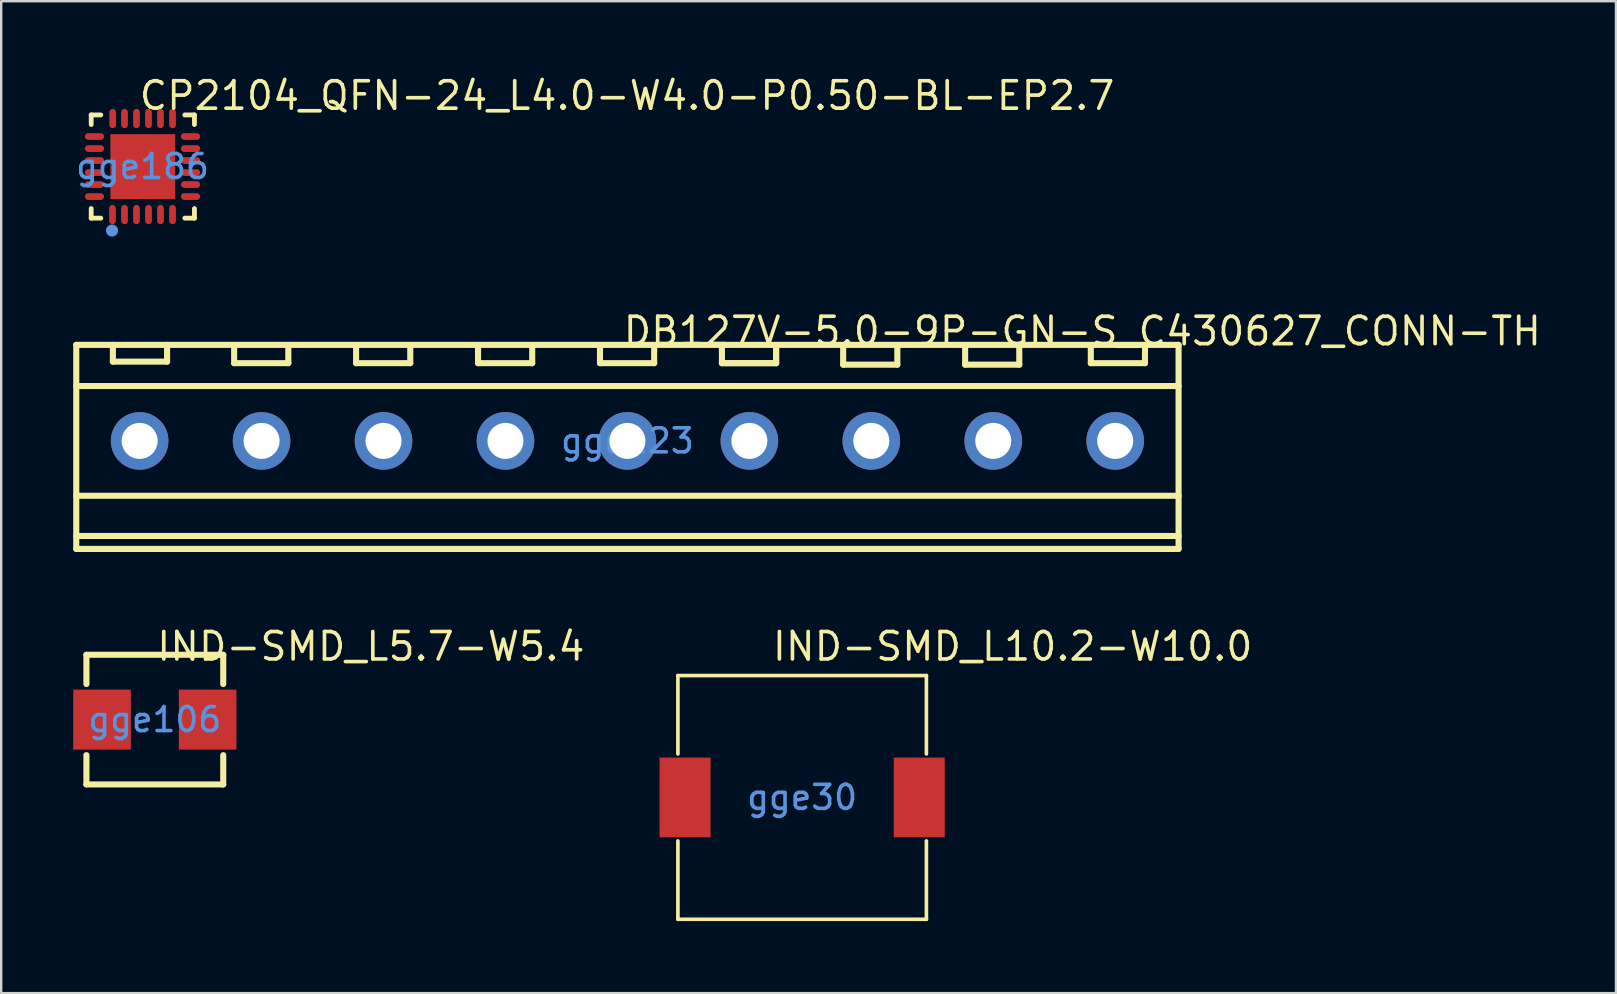
<source format=kicad_pcb>
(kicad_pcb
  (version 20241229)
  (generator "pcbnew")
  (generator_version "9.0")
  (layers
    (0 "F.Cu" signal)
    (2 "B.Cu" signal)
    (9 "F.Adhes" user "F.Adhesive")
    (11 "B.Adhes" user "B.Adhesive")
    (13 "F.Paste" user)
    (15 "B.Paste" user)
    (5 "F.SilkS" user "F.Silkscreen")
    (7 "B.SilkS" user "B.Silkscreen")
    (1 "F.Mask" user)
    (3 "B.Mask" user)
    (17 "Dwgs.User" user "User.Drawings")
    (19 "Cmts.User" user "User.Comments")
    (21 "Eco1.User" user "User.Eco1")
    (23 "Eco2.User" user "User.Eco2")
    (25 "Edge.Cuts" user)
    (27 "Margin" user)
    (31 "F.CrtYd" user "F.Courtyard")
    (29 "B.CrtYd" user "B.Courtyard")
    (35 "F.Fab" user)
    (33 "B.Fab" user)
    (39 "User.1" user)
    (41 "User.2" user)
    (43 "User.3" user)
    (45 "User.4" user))
  (footprint "CP2104_QFN-24_L4.0-W4.0-P0.50-BL-EP2.7"
    (layer "F.Cu")
    (at 2.887 3.888)
    (property "Reference" "CP2104_QFN-24_L4.0-W4.0-P0.50-BL-EP2.7" (at -0.216 -2.953 0) (layer "F.SilkS") (effects (font (size 1.143 1.143) (thickness 0.152)) (justify left)))
    (attr smd)
    (fp_line (start -2.138 -2.15) (end -1.738 -2.15) (stroke (width 0.2) (type solid)) (layer "F.SilkS"))
    (fp_line (start -2.138 -1.75) (end -2.138 -2.15) (stroke (width 0.2) (type solid)) (layer "F.SilkS"))
    (fp_line (start -2.138 2.15) (end -2.138 1.75) (stroke (width 0.2) (type solid)) (layer "F.SilkS"))
    (fp_line (start -1.738 2.15) (end -2.138 2.15) (stroke (width 0.2) (type solid)) (layer "F.SilkS"))
    (fp_line (start 2.163 -2.15) (end 1.763 -2.15) (stroke (width 0.2) (type solid)) (layer "F.SilkS"))
    (fp_line (start 2.163 -1.75) (end 2.163 -2.15) (stroke (width 0.2) (type solid)) (layer "F.SilkS"))
    (fp_line (start 2.163 1.75) (end 2.163 2.15) (stroke (width 0.2) (type solid)) (layer "F.SilkS"))
    (fp_line (start 2.163 2.15) (end 1.763 2.15) (stroke (width 0.2) (type solid)) (layer "F.SilkS"))
    (fp_circle (center -1.27 2.667) (end -1.143 2.667) (stroke (width 0.254) (type solid)) (fill no) (layer "Cmts.User"))
    (fp_text user "gge186" (at 0 0 0) (layer "Cmts.User") (effects (font (size 1 1) (thickness 0.15))))
    (pad "1" smd oval (at -1.25 2) (size 0.28 0.8) (layers "F.Cu" "F.Mask" "F.Paste"))
    (pad "2" smd oval (at -0.75 2) (size 0.28 0.8) (layers "F.Cu" "F.Mask" "F.Paste"))
    (pad "3" smd oval (at -0.25 2) (size 0.28 0.8) (layers "F.Cu" "F.Mask" "F.Paste"))
    (pad "4" smd oval (at 0.25 2) (size 0.28 0.8) (layers "F.Cu" "F.Mask" "F.Paste"))
    (pad "5" smd oval (at 0.75 2) (size 0.28 0.8) (layers "F.Cu" "F.Mask" "F.Paste"))
    (pad "6" smd oval (at 1.25 2) (size 0.28 0.8) (layers "F.Cu" "F.Mask" "F.Paste"))
    (pad "7" smd oval (at 2 1.25) (size 0.8 0.28) (layers "F.Cu" "F.Mask" "F.Paste"))
    (pad "8" smd oval (at 2 0.75) (size 0.8 0.28) (layers "F.Cu" "F.Mask" "F.Paste"))
    (pad "9" smd oval (at 2 0.25) (size 0.8 0.28) (layers "F.Cu" "F.Mask" "F.Paste"))
    (pad "10" smd oval (at 2 -0.25) (size 0.8 0.28) (layers "F.Cu" "F.Mask" "F.Paste"))
    (pad "11" smd oval (at 2 -0.75) (size 0.8 0.28) (layers "F.Cu" "F.Mask" "F.Paste"))
    (pad "12" smd oval (at 2 -1.25) (size 0.8 0.28) (layers "F.Cu" "F.Mask" "F.Paste"))
    (pad "13" smd oval (at 1.25 -2) (size 0.28 0.8) (layers "F.Cu" "F.Mask" "F.Paste"))
    (pad "14" smd oval (at 0.75 -2) (size 0.28 0.8) (layers "F.Cu" "F.Mask" "F.Paste"))
    (pad "15" smd oval (at 0.25 -2) (size 0.28 0.8) (layers "F.Cu" "F.Mask" "F.Paste"))
    (pad "16" smd oval (at -0.25 -2) (size 0.28 0.8) (layers "F.Cu" "F.Mask" "F.Paste"))
    (pad "17" smd oval (at -0.75 -2) (size 0.28 0.8) (layers "F.Cu" "F.Mask" "F.Paste"))
    (pad "18" smd oval (at -1.242 -2) (size 0.28 0.8) (layers "F.Cu" "F.Mask" "F.Paste"))
    (pad "19" smd oval (at -2 -1.25) (size 0.8 0.28) (layers "F.Cu" "F.Mask" "F.Paste"))
    (pad "20" smd oval (at -2 -0.75) (size 0.8 0.28) (layers "F.Cu" "F.Mask" "F.Paste"))
    (pad "21" smd oval (at -2 -0.25) (size 0.8 0.28) (layers "F.Cu" "F.Mask" "F.Paste"))
    (pad "22" smd oval (at -2 0.25) (size 0.8 0.28) (layers "F.Cu" "F.Mask" "F.Paste"))
    (pad "23" smd oval (at -2 0.75) (size 0.8 0.28) (layers "F.Cu" "F.Mask" "F.Paste"))
    (pad "24" smd oval (at -2 1.25) (size 0.8 0.28) (layers "F.Cu" "F.Mask" "F.Paste"))
    (pad "25" smd rect (at 0.012 0) (size 2.7 2.7) (layers "F.Cu" "F.Mask" "F.Paste")))
  (footprint "DB127V-5.0-9P-GN-S_C430627_CONN-TH"
    (layer "F.Cu")
    (at 23.087 15.317)
    (property "Reference" "DB127V-5.0-9P-GN-S_C430627_CONN-TH" (at -0.254 -4.572 0) (layer "F.SilkS") (effects (font (size 1.143 1.143) (thickness 0.152)) (justify left)))
    (attr through_hole)
    (fp_line (start -22.96 -4) (end -22.96 4.5) (stroke (width 0.254) (type solid)) (layer "F.SilkS"))
    (fp_line (start -22.96 -4) (end 22.96 -4) (stroke (width 0.254) (type solid)) (layer "F.SilkS"))
    (fp_line (start -22.96 -2.286) (end 22.96 -2.286) (stroke (width 0.254) (type solid)) (layer "F.SilkS"))
    (fp_line (start -22.96 2.286) (end 22.96 2.286) (stroke (width 0.254) (type solid)) (layer "F.SilkS"))
    (fp_line (start -22.96 3.96) (end 22.96 3.96) (stroke (width 0.254) (type solid)) (layer "F.SilkS"))
    (fp_line (start -22.96 4.5) (end 22.96 4.5) (stroke (width 0.254) (type solid)) (layer "F.SilkS"))
    (fp_line (start -21.434 -4) (end -21.434 -3.302) (stroke (width 0.254) (type solid)) (layer "F.SilkS"))
    (fp_line (start -21.434 -3.302) (end -19.177 -3.302) (stroke (width 0.254) (type solid)) (layer "F.SilkS"))
    (fp_line (start -19.177 -3.302) (end -19.177 -4) (stroke (width 0.254) (type solid)) (layer "F.SilkS"))
    (fp_line (start -16.383 -3.937) (end -16.383 -3.239) (stroke (width 0.254) (type solid)) (layer "F.SilkS"))
    (fp_line (start -16.383 -3.239) (end -14.126 -3.239) (stroke (width 0.254) (type solid)) (layer "F.SilkS"))
    (fp_line (start -14.126 -3.239) (end -14.126 -3.937) (stroke (width 0.254) (type solid)) (layer "F.SilkS"))
    (fp_line (start -11.303 -3.937) (end -11.303 -3.239) (stroke (width 0.254) (type solid)) (layer "F.SilkS"))
    (fp_line (start -11.303 -3.239) (end -9.046 -3.239) (stroke (width 0.254) (type solid)) (layer "F.SilkS"))
    (fp_line (start -9.046 -3.239) (end -9.046 -3.937) (stroke (width 0.254) (type solid)) (layer "F.SilkS"))
    (fp_line (start -6.223 -3.937) (end -6.223 -3.239) (stroke (width 0.254) (type solid)) (layer "F.SilkS"))
    (fp_line (start -6.223 -3.239) (end -3.966 -3.239) (stroke (width 0.254) (type solid)) (layer "F.SilkS"))
    (fp_line (start -3.966 -3.239) (end -3.966 -3.937) (stroke (width 0.254) (type solid)) (layer "F.SilkS"))
    (fp_line (start -1.143 -3.937) (end -1.143 -3.239) (stroke (width 0.254) (type solid)) (layer "F.SilkS"))
    (fp_line (start -1.143 -3.239) (end 1.114 -3.239) (stroke (width 0.254) (type solid)) (layer "F.SilkS"))
    (fp_line (start 1.114 -3.239) (end 1.114 -3.937) (stroke (width 0.254) (type solid)) (layer "F.SilkS"))
    (fp_line (start 3.937 -3.937) (end 3.937 -3.239) (stroke (width 0.254) (type solid)) (layer "F.SilkS"))
    (fp_line (start 3.937 -3.239) (end 6.194 -3.239) (stroke (width 0.254) (type solid)) (layer "F.SilkS"))
    (fp_line (start 3.937 -3.239) (end 6.194 -3.239) (stroke (width 0.254) (type solid)) (layer "F.SilkS"))
    (fp_line (start 6.194 -3.239) (end 6.194 -3.937) (stroke (width 0.254) (type solid)) (layer "F.SilkS"))
    (fp_line (start 6.194 -3.239) (end 6.194 -3.937) (stroke (width 0.254) (type solid)) (layer "F.SilkS"))
    (fp_line (start 8.988 -3.874) (end 8.988 -3.176) (stroke (width 0.254) (type solid)) (layer "F.SilkS"))
    (fp_line (start 8.988 -3.176) (end 11.244 -3.176) (stroke (width 0.254) (type solid)) (layer "F.SilkS"))
    (fp_line (start 11.244 -3.176) (end 11.244 -3.874) (stroke (width 0.254) (type solid)) (layer "F.SilkS"))
    (fp_line (start 14.068 -3.874) (end 14.068 -3.176) (stroke (width 0.254) (type solid)) (layer "F.SilkS"))
    (fp_line (start 14.068 -3.176) (end 16.324 -3.176) (stroke (width 0.254) (type solid)) (layer "F.SilkS"))
    (fp_line (start 16.324 -3.176) (end 16.324 -3.874) (stroke (width 0.254) (type solid)) (layer "F.SilkS"))
    (fp_line (start 19.304 -3.937) (end 19.304 -3.239) (stroke (width 0.254) (type solid)) (layer "F.SilkS"))
    (fp_line (start 19.304 -3.239) (end 21.561 -3.239) (stroke (width 0.254) (type solid)) (layer "F.SilkS"))
    (fp_line (start 21.561 -3.239) (end 21.561 -3.937) (stroke (width 0.254) (type solid)) (layer "F.SilkS"))
    (fp_line (start 22.96 -4) (end 22.96 4.5) (stroke (width 0.254) (type solid)) (layer "F.SilkS"))
    (fp_text user "gge123" (at 0 0 0) (layer "Cmts.User") (effects (font (size 1 1) (thickness 0.15))))
    (pad "1" thru_hole circle (at -20.32 0) (size 2.4 2.4) (drill 1.5) (layers "*.Cu" "*.Paste" "*.Mask"))
    (pad "2" thru_hole circle (at -15.24 0) (size 2.4 2.4) (drill 1.5) (layers "*.Cu" "*.Paste" "*.Mask"))
    (pad "3" thru_hole circle (at -10.16 0) (size 2.4 2.4) (drill 1.5) (layers "*.Cu" "*.Paste" "*.Mask"))
    (pad "4" thru_hole circle (at -5.08 0) (size 2.4 2.4) (drill 1.5) (layers "*.Cu" "*.Paste" "*.Mask"))
    (pad "5" thru_hole circle (at 0 0) (size 2.4 2.4) (drill 1.5) (layers "*.Cu" "*.Paste" "*.Mask"))
    (pad "6" thru_hole circle (at 5.08 0) (size 2.4 2.4) (drill 1.5) (layers "*.Cu" "*.Paste" "*.Mask"))
    (pad "7" thru_hole circle (at 10.16 0) (size 2.4 2.4) (drill 1.5) (layers "*.Cu" "*.Paste" "*.Mask"))
    (pad "8" thru_hole circle (at 15.24 0) (size 2.4 2.4) (drill 1.5) (layers "*.Cu" "*.Paste" "*.Mask"))
    (pad "9" thru_hole circle (at 20.32 0) (size 2.4 2.4) (drill 1.5) (layers "*.Cu" "*.Paste" "*.Mask")))
  (footprint "IND-SMD_L10.2-W10.0"
    (layer "F.Cu")
    (at 30.366 30.169)
    (property "Reference" "IND-SMD_L10.2-W10.0" (at -1.32 -6.29 0) (layer "F.SilkS") (effects (font (size 1.143 1.143) (thickness 0.152)) (justify left)))
    (attr smd)
    (fp_line (start -5.176 -5.076) (end 5.176 -5.076) (stroke (width 0.152) (type solid)) (layer "F.SilkS"))
    (fp_line (start -5.176 -1.812) (end -5.176 -5.076) (stroke (width 0.152) (type solid)) (layer "F.SilkS"))
    (fp_line (start -5.176 1.812) (end -5.176 5.076) (stroke (width 0.152) (type solid)) (layer "F.SilkS"))
    (fp_line (start -5.176 5.076) (end 5.176 5.076) (stroke (width 0.152) (type solid)) (layer "F.SilkS"))
    (fp_line (start 5.176 -5.076) (end 5.176 -1.812) (stroke (width 0.152) (type solid)) (layer "F.SilkS"))
    (fp_line (start 5.176 5.076) (end 5.176 1.812) (stroke (width 0.152) (type solid)) (layer "F.SilkS"))
    (fp_text user "gge30" (at 0 0 0) (layer "Cmts.User") (effects (font (size 1 1) (thickness 0.15))))
    (pad "1" smd rect (at 4.878 0) (size 2.124 3.32) (layers "F.Cu" "F.Mask" "F.Paste"))
    (pad "2" smd rect (at -4.878 0) (size 2.124 3.32) (layers "F.Cu" "F.Mask" "F.Paste")))
  (footprint "IND-SMD_L5.7-W5.4"
    (layer "F.Cu")
    (at 3.4 26.927)
    (property "Reference" "IND-SMD_L5.7-W5.4" (at 0 -3.048 0) (layer "F.SilkS") (effects (font (size 1.143 1.143) (thickness 0.152)) (justify left)))
    (attr smd)
    (fp_line (start -2.85 -2.7) (end 2.85 -2.7) (stroke (width 0.254) (type solid)) (layer "F.SilkS"))
    (fp_line (start -2.85 -1.481) (end -2.85 -2.7) (stroke (width 0.254) (type solid)) (layer "F.SilkS"))
    (fp_line (start -2.85 2.7) (end -2.85 1.481) (stroke (width 0.254) (type solid)) (layer "F.SilkS"))
    (fp_line (start 2.85 -1.481) (end 2.85 -2.7) (stroke (width 0.254) (type solid)) (layer "F.SilkS"))
    (fp_line (start 2.85 2.7) (end -2.85 2.7) (stroke (width 0.254) (type solid)) (layer "F.SilkS"))
    (fp_line (start 2.85 2.7) (end 2.85 1.481) (stroke (width 0.254) (type solid)) (layer "F.SilkS"))
    (fp_text user "gge106" (at 0 0 0) (layer "Cmts.User") (effects (font (size 1 1) (thickness 0.15))))
    (pad "1" smd rect (at -2.2 0 270) (size 2.5 2.4) (layers "F.Cu" "F.Mask" "F.Paste"))
    (pad "2" smd rect (at 2.2 0 270) (size 2.5 2.4) (layers "F.Cu" "F.Mask" "F.Paste")))
  (gr_rect
    (start -3 -3)
    (end 64.269 38.321)
    (stroke (width 0.1) (type default))
    (fill no)
    (layer "Edge.Cuts")))
</source>
